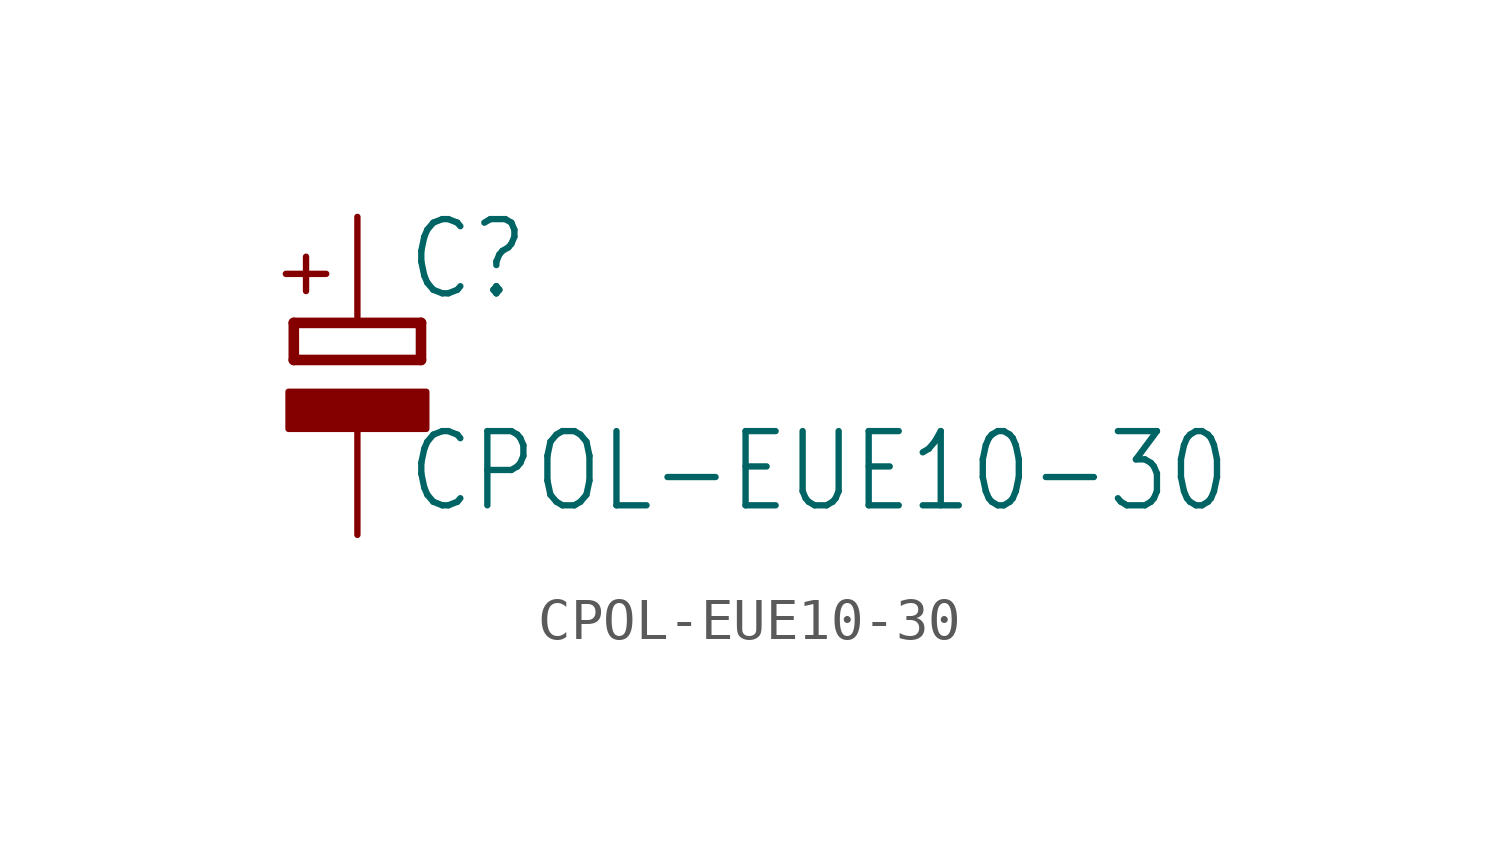
<source format=kicad_sym>
(kicad_symbol_lib
  (version 20210619)
  (generator kicad_symbol_editor)
  (symbol "CPOL-EUE10-30"
    (property "Reference" "C"
      (at 1.143 0.483 0)
      (effects (font (size 1.778 1.511)) (justify left bottom)))
    (property "Value" "CPOL-EUE10-30"
      (at 1.143 -4.597 0)
      (effects (font (size 1.778 1.511)) (justify left bottom)))
    (property "ki_locked" ""
      (at 0 0 0)
      (effects (font (size 1.27 1.27))))
    (symbol "CPOL-EUE10-30_1_0"
      (text "+" (at -0.584 0.406 900) (effects (font (size 1.27 1.079)) (justify left bottom)))
      (rectangle (start -1.651 -2.54) (end 1.651 -1.651) (stroke (width 0)) (fill (type outline)))
      (polyline (pts (xy -1.524 -0.889) (xy 1.524 -0.889)) (stroke (width 0.254)) (fill (type none)))
      (polyline (pts (xy -1.524 0) (xy -1.524 -0.889)) (stroke (width 0.254)) (fill (type none)))
      (polyline (pts (xy -1.524 0) (xy 1.524 0)) (stroke (width 0.254)) (fill (type none)))
      (polyline (pts (xy 1.524 -0.889) (xy 1.524 0)) (stroke (width 0.254)) (fill (type none)))
      (pin passive line (at 0 2.54 270) (length 2.54) (name "+" (effects (font (size 0 0)))) (number "+" (effects (font (size 0 0)))))
      (pin passive line (at 0 -5.08 90) (length 2.54) (name "-" (effects (font (size 0 0)))) (number "-" (effects (font (size 0 0))))))))
</source>
